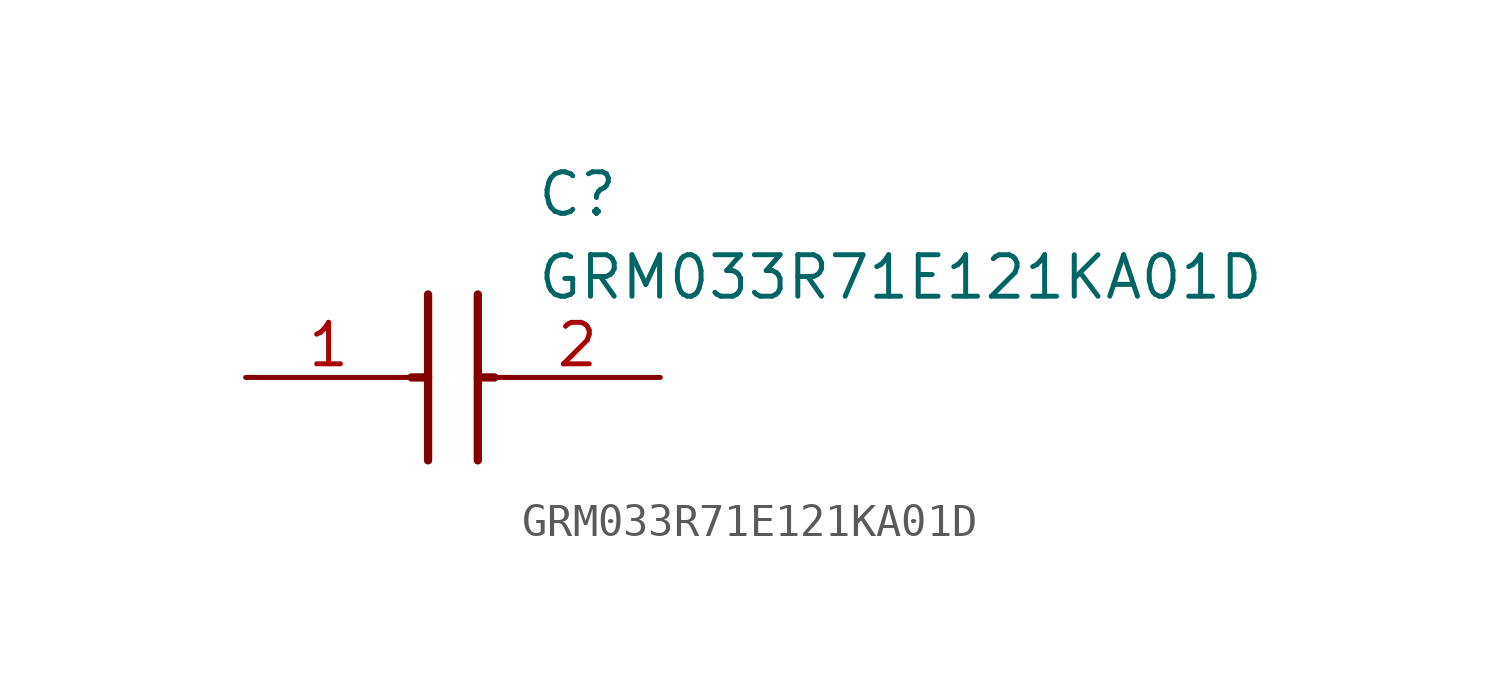
<source format=kicad_sym>
(kicad_symbol_lib
  (version 20211014)
  (generator SamacSys_ECAD_Model)
  (symbol "GRM033R71E121KA01D"
    (pin_names hide)
    (property "Reference" "C"
      (at 8.89 6.35 0)
      (effects (font (size 1.27 1.27)) (justify left top)))
    (property "Value" "GRM033R71E121KA01D"
      (at 8.89 3.81 0)
      (effects (font (size 1.27 1.27)) (justify left top)))
    (polyline
      (pts (xy 5.588 2.54) (xy 5.588 -2.54))
      (stroke (width 0.254) (type default))
      (fill (type none)))
    (polyline
      (pts (xy 7.112 2.54) (xy 7.112 -2.54))
      (stroke (width 0.254) (type default))
      (fill (type none)))
    (polyline
      (pts (xy 5.08 0) (xy 5.588 0))
      (stroke (width 0.254) (type default))
      (fill (type none)))
    (polyline
      (pts (xy 7.112 0) (xy 7.62 0))
      (stroke (width 0.254) (type default))
      (fill (type none)))
    (pin passive line
      (at 0 0 0)
      (length 5.08)
      (name "1" (effects (font (size 1.27 1.27))))
      (number "1" (effects (font (size 1.27 1.27)))))
    (pin passive line
      (at 12.7 0 180)
      (length 5.08)
      (name "2" (effects (font (size 1.27 1.27))))
      (number "2" (effects (font (size 1.27 1.27)))))))
</source>
